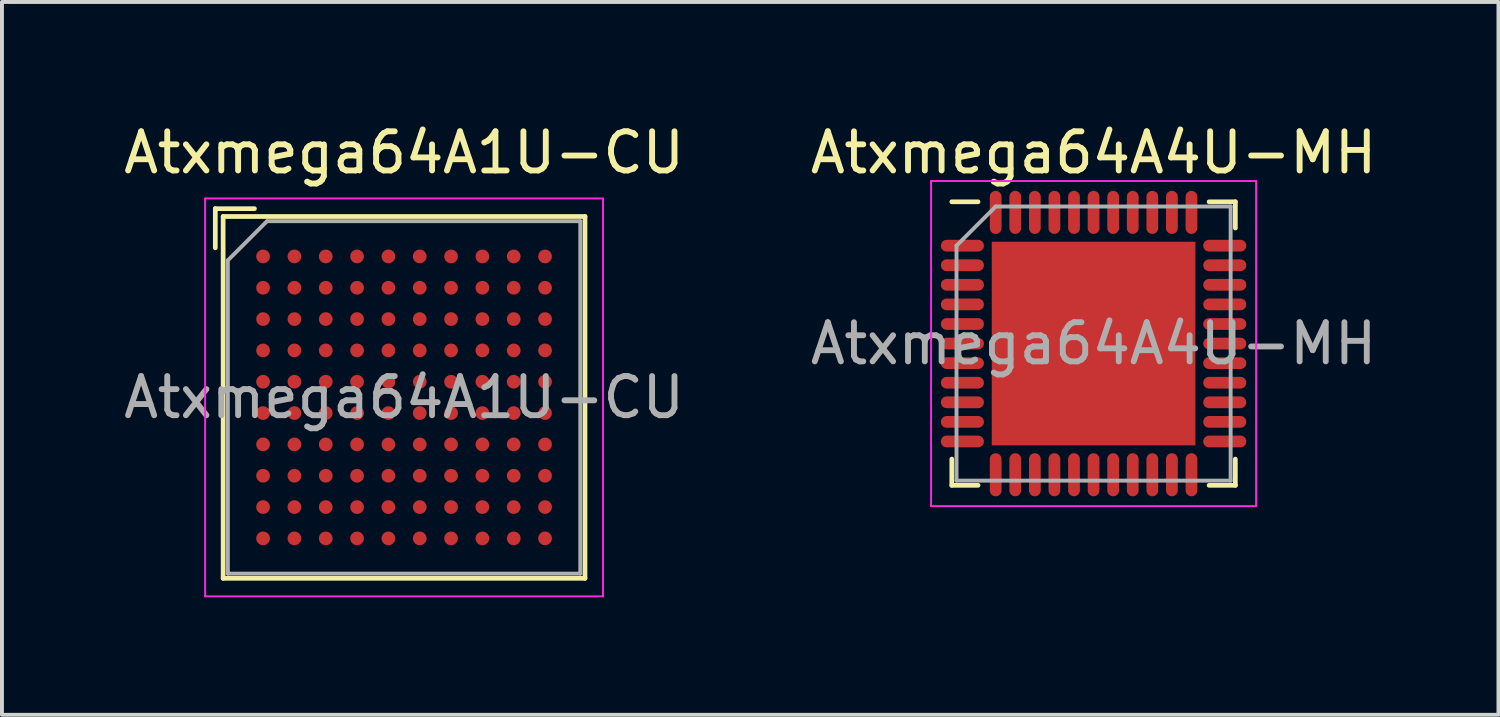
<source format=kicad_pcb>
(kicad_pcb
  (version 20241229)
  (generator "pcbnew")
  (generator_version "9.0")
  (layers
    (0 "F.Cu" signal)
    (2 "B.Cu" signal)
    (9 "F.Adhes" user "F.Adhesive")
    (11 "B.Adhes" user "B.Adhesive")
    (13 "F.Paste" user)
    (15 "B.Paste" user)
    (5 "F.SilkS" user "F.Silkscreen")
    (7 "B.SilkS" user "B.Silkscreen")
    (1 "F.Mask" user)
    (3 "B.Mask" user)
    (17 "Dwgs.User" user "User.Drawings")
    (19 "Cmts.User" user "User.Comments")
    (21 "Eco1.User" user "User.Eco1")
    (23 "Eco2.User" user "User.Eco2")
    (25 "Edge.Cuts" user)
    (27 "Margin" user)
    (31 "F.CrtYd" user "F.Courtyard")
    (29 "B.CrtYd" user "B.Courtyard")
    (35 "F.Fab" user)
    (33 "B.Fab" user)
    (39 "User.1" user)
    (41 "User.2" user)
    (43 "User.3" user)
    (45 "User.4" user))
  (footprint "Atxmega64A4U-MH"
    (layer "F.Cu")
    (at 24.875 5.723)
    (property "Reference" "Atxmega64A4U-MH" (at 0 -4.875 0) (layer "F.SilkS") (effects (font (size 1 1) (thickness 0.15))))
    (attr smd)
    (fp_line (start -3.62 -3.62) (end -2.95 -3.62) (stroke (width 0.12) (type solid)) (layer "F.SilkS"))
    (fp_line (start -3.62 3.62) (end -3.62 2.95) (stroke (width 0.12) (type solid)) (layer "F.SilkS"))
    (fp_line (start -3.62 3.62) (end -2.95 3.62) (stroke (width 0.12) (type solid)) (layer "F.SilkS"))
    (fp_line (start 3.62 -3.62) (end 2.95 -3.62) (stroke (width 0.12) (type solid)) (layer "F.SilkS"))
    (fp_line (start 3.62 -3.62) (end 3.62 -2.95) (stroke (width 0.12) (type solid)) (layer "F.SilkS"))
    (fp_line (start 3.62 3.62) (end 2.95 3.62) (stroke (width 0.12) (type solid)) (layer "F.SilkS"))
    (fp_line (start 3.62 3.62) (end 3.62 2.95) (stroke (width 0.12) (type solid)) (layer "F.SilkS"))
    (fp_line (start -4.15 -4.15) (end -4.15 4.15) (stroke (width 0.05) (type solid)) (layer "F.CrtYd"))
    (fp_line (start -4.15 -4.15) (end 4.15 -4.15) (stroke (width 0.05) (type solid)) (layer "F.CrtYd"))
    (fp_line (start -4.15 4.15) (end 4.15 4.15) (stroke (width 0.05) (type solid)) (layer "F.CrtYd"))
    (fp_line (start 4.15 -4.15) (end 4.15 4.15) (stroke (width 0.05) (type solid)) (layer "F.CrtYd"))
    (fp_line (start -3.5 -2.5) (end -2.5 -3.5) (stroke (width 0.1) (type solid)) (layer "F.Fab"))
    (fp_line (start -3.5 3.5) (end -3.5 -2.5) (stroke (width 0.1) (type solid)) (layer "F.Fab"))
    (fp_line (start -2.5 -3.5) (end 3.5 -3.5) (stroke (width 0.1) (type solid)) (layer "F.Fab"))
    (fp_line (start 3.5 -3.5) (end 3.5 3.5) (stroke (width 0.1) (type solid)) (layer "F.Fab"))
    (fp_line (start 3.5 3.5) (end -3.5 3.5) (stroke (width 0.1) (type solid)) (layer "F.Fab"))
    (fp_text user "${REFERENCE}" (at 0 0 0) (layer "F.Fab") (effects (font (size 1 1) (thickness 0.15))))
    (pad "" smd rect (at -2.06 -2.06) (size 0.83 0.83) (layers "F.Paste"))
    (pad "" smd rect (at -2.06 -1.03) (size 0.83 0.83) (layers "F.Paste"))
    (pad "" smd rect (at -2.06 0) (size 0.83 0.83) (layers "F.Paste"))
    (pad "" smd rect (at -2.06 1.03) (size 0.83 0.83) (layers "F.Paste"))
    (pad "" smd rect (at -2.06 2.06) (size 0.83 0.83) (layers "F.Paste"))
    (pad "" smd rect (at -1.03 -2.06) (size 0.83 0.83) (layers "F.Paste"))
    (pad "" smd rect (at -1.03 -1.03) (size 0.83 0.83) (layers "F.Paste"))
    (pad "" smd rect (at -1.03 0) (size 0.83 0.83) (layers "F.Paste"))
    (pad "" smd rect (at -1.03 1.03) (size 0.83 0.83) (layers "F.Paste"))
    (pad "" smd rect (at -1.03 2.06) (size 0.83 0.83) (layers "F.Paste"))
    (pad "" smd rect (at 0 -2.06) (size 0.83 0.83) (layers "F.Paste"))
    (pad "" smd rect (at 0 -1.03) (size 0.83 0.83) (layers "F.Paste"))
    (pad "" smd rect (at 0 0) (size 0.83 0.83) (layers "F.Paste"))
    (pad "" smd rect (at 0 1.03) (size 0.83 0.83) (layers "F.Paste"))
    (pad "" smd rect (at 0 2.06) (size 0.83 0.83) (layers "F.Paste"))
    (pad "" smd rect (at 1.03 -2.06) (size 0.83 0.83) (layers "F.Paste"))
    (pad "" smd rect (at 1.03 -1.03) (size 0.83 0.83) (layers "F.Paste"))
    (pad "" smd rect (at 1.03 0) (size 0.83 0.83) (layers "F.Paste"))
    (pad "" smd rect (at 1.03 1.03) (size 0.83 0.83) (layers "F.Paste"))
    (pad "" smd rect (at 1.03 2.06) (size 0.83 0.83) (layers "F.Paste"))
    (pad "" smd rect (at 2.06 -2.06) (size 0.83 0.83) (layers "F.Paste"))
    (pad "" smd rect (at 2.06 -1.03) (size 0.83 0.83) (layers "F.Paste"))
    (pad "" smd rect (at 2.06 0) (size 0.83 0.83) (layers "F.Paste"))
    (pad "" smd rect (at 2.06 1.03) (size 0.83 0.83) (layers "F.Paste"))
    (pad "" smd rect (at 2.06 2.06) (size 0.83 0.83) (layers "F.Paste"))
    (pad "1" smd oval (at -3.35 -2.5) (size 1.1 0.3) (layers "F.Cu" "F.Mask" "F.Paste"))
    (pad "2" smd oval (at -3.35 -2) (size 1.1 0.3) (layers "F.Cu" "F.Mask" "F.Paste"))
    (pad "3" smd oval (at -3.35 -1.5) (size 1.1 0.3) (layers "F.Cu" "F.Mask" "F.Paste"))
    (pad "4" smd oval (at -3.35 -1) (size 1.1 0.3) (layers "F.Cu" "F.Mask" "F.Paste"))
    (pad "5" smd oval (at -3.35 -0.5) (size 1.1 0.3) (layers "F.Cu" "F.Mask" "F.Paste"))
    (pad "6" smd oval (at -3.35 0) (size 1.1 0.3) (layers "F.Cu" "F.Mask" "F.Paste"))
    (pad "7" smd oval (at -3.35 0.5) (size 1.1 0.3) (layers "F.Cu" "F.Mask" "F.Paste"))
    (pad "8" smd oval (at -3.35 1) (size 1.1 0.3) (layers "F.Cu" "F.Mask" "F.Paste"))
    (pad "9" smd oval (at -3.35 1.5) (size 1.1 0.3) (layers "F.Cu" "F.Mask" "F.Paste"))
    (pad "10" smd oval (at -3.35 2) (size 1.1 0.3) (layers "F.Cu" "F.Mask" "F.Paste"))
    (pad "11" smd oval (at -3.35 2.5) (size 1.1 0.3) (layers "F.Cu" "F.Mask" "F.Paste"))
    (pad "12" smd oval (at -2.5 3.35 90) (size 1.1 0.3) (layers "F.Cu" "F.Mask" "F.Paste"))
    (pad "13" smd oval (at -2 3.35 90) (size 1.1 0.3) (layers "F.Cu" "F.Mask" "F.Paste"))
    (pad "14" smd oval (at -1.5 3.35 90) (size 1.1 0.3) (layers "F.Cu" "F.Mask" "F.Paste"))
    (pad "15" smd oval (at -1 3.35 90) (size 1.1 0.3) (layers "F.Cu" "F.Mask" "F.Paste"))
    (pad "16" smd oval (at -0.5 3.35 90) (size 1.1 0.3) (layers "F.Cu" "F.Mask" "F.Paste"))
    (pad "17" smd oval (at 0 3.35 90) (size 1.1 0.3) (layers "F.Cu" "F.Mask" "F.Paste"))
    (pad "18" smd oval (at 0.5 3.35 90) (size 1.1 0.3) (layers "F.Cu" "F.Mask" "F.Paste"))
    (pad "19" smd oval (at 1 3.35 90) (size 1.1 0.3) (layers "F.Cu" "F.Mask" "F.Paste"))
    (pad "20" smd oval (at 1.5 3.35 90) (size 1.1 0.3) (layers "F.Cu" "F.Mask" "F.Paste"))
    (pad "21" smd oval (at 2 3.35 90) (size 1.1 0.3) (layers "F.Cu" "F.Mask" "F.Paste"))
    (pad "22" smd oval (at 2.5 3.35 90) (size 1.1 0.3) (layers "F.Cu" "F.Mask" "F.Paste"))
    (pad "23" smd oval (at 3.35 2.5) (size 1.1 0.3) (layers "F.Cu" "F.Mask" "F.Paste"))
    (pad "24" smd oval (at 3.35 2) (size 1.1 0.3) (layers "F.Cu" "F.Mask" "F.Paste"))
    (pad "25" smd oval (at 3.35 1.5) (size 1.1 0.3) (layers "F.Cu" "F.Mask" "F.Paste"))
    (pad "26" smd oval (at 3.35 1) (size 1.1 0.3) (layers "F.Cu" "F.Mask" "F.Paste"))
    (pad "27" smd oval (at 3.35 0.5) (size 1.1 0.3) (layers "F.Cu" "F.Mask" "F.Paste"))
    (pad "28" smd oval (at 3.35 0) (size 1.1 0.3) (layers "F.Cu" "F.Mask" "F.Paste"))
    (pad "29" smd oval (at 3.35 -0.5) (size 1.1 0.3) (layers "F.Cu" "F.Mask" "F.Paste"))
    (pad "30" smd oval (at 3.35 -1) (size 1.1 0.3) (layers "F.Cu" "F.Mask" "F.Paste"))
    (pad "31" smd oval (at 3.35 -1.5) (size 1.1 0.3) (layers "F.Cu" "F.Mask" "F.Paste"))
    (pad "32" smd oval (at 3.35 -2) (size 1.1 0.3) (layers "F.Cu" "F.Mask" "F.Paste"))
    (pad "33" smd oval (at 3.35 -2.5) (size 1.1 0.3) (layers "F.Cu" "F.Mask" "F.Paste"))
    (pad "34" smd oval (at 2.5 -3.35 90) (size 1.1 0.3) (layers "F.Cu" "F.Mask" "F.Paste"))
    (pad "35" smd oval (at 2 -3.35 90) (size 1.1 0.3) (layers "F.Cu" "F.Mask" "F.Paste"))
    (pad "36" smd oval (at 1.5 -3.35 90) (size 1.1 0.3) (layers "F.Cu" "F.Mask" "F.Paste"))
    (pad "37" smd oval (at 1 -3.35 90) (size 1.1 0.3) (layers "F.Cu" "F.Mask" "F.Paste"))
    (pad "38" smd oval (at 0.5 -3.35 90) (size 1.1 0.3) (layers "F.Cu" "F.Mask" "F.Paste"))
    (pad "39" smd oval (at 0 -3.35 90) (size 1.1 0.3) (layers "F.Cu" "F.Mask" "F.Paste"))
    (pad "40" smd oval (at -0.5 -3.35 90) (size 1.1 0.3) (layers "F.Cu" "F.Mask" "F.Paste"))
    (pad "41" smd oval (at -1 -3.35 90) (size 1.1 0.3) (layers "F.Cu" "F.Mask" "F.Paste"))
    (pad "42" smd oval (at -1.5 -3.35 90) (size 1.1 0.3) (layers "F.Cu" "F.Mask" "F.Paste"))
    (pad "43" smd oval (at -2 -3.35 90) (size 1.1 0.3) (layers "F.Cu" "F.Mask" "F.Paste"))
    (pad "44" smd oval (at -2.5 -3.35 90) (size 1.1 0.3) (layers "F.Cu" "F.Mask" "F.Paste"))
    (pad "45" smd rect (at 0 0) (size 5.2 5.2) (layers "F.Cu" "F.Mask")))
  (footprint "Atxmega64A1U-CU"
    (layer "F.Cu")
    (at 7.268 7.098)
    (property "Reference" "Atxmega64A1U-CU" (at 0 -6.25 0) (layer "F.SilkS") (effects (font (size 1 1) (thickness 0.15))))
    (attr smd)
    (fp_line (start -4.82 -4.82) (end -3.82 -4.82) (stroke (width 0.12) (type solid)) (layer "F.SilkS"))
    (fp_line (start -4.82 -3.82) (end -4.82 -4.82) (stroke (width 0.12) (type solid)) (layer "F.SilkS"))
    (fp_line (start -4.62 -4.62) (end -4.62 4.62) (stroke (width 0.12) (type solid)) (layer "F.SilkS"))
    (fp_line (start -4.62 4.62) (end 4.62 4.62) (stroke (width 0.12) (type solid)) (layer "F.SilkS"))
    (fp_line (start 4.62 -4.62) (end -4.62 -4.62) (stroke (width 0.12) (type solid)) (layer "F.SilkS"))
    (fp_line (start 4.62 4.62) (end 4.62 -4.62) (stroke (width 0.12) (type solid)) (layer "F.SilkS"))
    (fp_line (start -5.08 -5.08) (end -5.08 5.08) (stroke (width 0.05) (type solid)) (layer "F.CrtYd"))
    (fp_line (start -5.08 -5.08) (end 5.08 -5.08) (stroke (width 0.05) (type solid)) (layer "F.CrtYd"))
    (fp_line (start 5.08 5.08) (end -5.08 5.08) (stroke (width 0.05) (type solid)) (layer "F.CrtYd"))
    (fp_line (start 5.08 5.08) (end 5.08 -5.08) (stroke (width 0.05) (type solid)) (layer "F.CrtYd"))
    (fp_line (start -4.5 -3.5) (end -4.5 4.5) (stroke (width 0.1) (type solid)) (layer "F.Fab"))
    (fp_line (start -4.5 4.5) (end 4.5 4.5) (stroke (width 0.1) (type solid)) (layer "F.Fab"))
    (fp_line (start -3.5 -4.5) (end -4.5 -3.5) (stroke (width 0.1) (type solid)) (layer "F.Fab"))
    (fp_line (start 4.5 -4.5) (end -3.5 -4.5) (stroke (width 0.1) (type solid)) (layer "F.Fab"))
    (fp_line (start 4.5 4.5) (end 4.5 -4.5) (stroke (width 0.1) (type solid)) (layer "F.Fab"))
    (fp_text user "${REFERENCE}" (at 0 0 0) (layer "F.Fab") (effects (font (size 1 1) (thickness 0.15))))
    (pad "A1" smd circle (at -3.6 -3.6) (size 0.35 0.35) (layers "F.Cu" "F.Mask" "F.Paste"))
    (pad "A2" smd circle (at -2.8 -3.6) (size 0.35 0.35) (layers "F.Cu" "F.Mask" "F.Paste"))
    (pad "A3" smd circle (at -2 -3.6) (size 0.35 0.35) (layers "F.Cu" "F.Mask" "F.Paste"))
    (pad "A4" smd circle (at -1.2 -3.6) (size 0.35 0.35) (layers "F.Cu" "F.Mask" "F.Paste"))
    (pad "A5" smd circle (at -0.4 -3.6) (size 0.35 0.35) (layers "F.Cu" "F.Mask" "F.Paste"))
    (pad "A6" smd circle (at 0.4 -3.6) (size 0.35 0.35) (layers "F.Cu" "F.Mask" "F.Paste"))
    (pad "A7" smd circle (at 1.2 -3.6) (size 0.35 0.35) (layers "F.Cu" "F.Mask" "F.Paste"))
    (pad "A8" smd circle (at 2 -3.6) (size 0.35 0.35) (layers "F.Cu" "F.Mask" "F.Paste"))
    (pad "A9" smd circle (at 2.8 -3.6) (size 0.35 0.35) (layers "F.Cu" "F.Mask" "F.Paste"))
    (pad "A10" smd circle (at 3.6 -3.6) (size 0.35 0.35) (layers "F.Cu" "F.Mask" "F.Paste"))
    (pad "B1" smd circle (at -3.6 -2.8) (size 0.35 0.35) (layers "F.Cu" "F.Mask" "F.Paste"))
    (pad "B2" smd circle (at -2.8 -2.8) (size 0.35 0.35) (layers "F.Cu" "F.Mask" "F.Paste"))
    (pad "B3" smd circle (at -2 -2.8) (size 0.35 0.35) (layers "F.Cu" "F.Mask" "F.Paste"))
    (pad "B4" smd circle (at -1.2 -2.8) (size 0.35 0.35) (layers "F.Cu" "F.Mask" "F.Paste"))
    (pad "B5" smd circle (at -0.4 -2.8) (size 0.35 0.35) (layers "F.Cu" "F.Mask" "F.Paste"))
    (pad "B6" smd circle (at 0.4 -2.8) (size 0.35 0.35) (layers "F.Cu" "F.Mask" "F.Paste"))
    (pad "B7" smd circle (at 1.2 -2.8) (size 0.35 0.35) (layers "F.Cu" "F.Mask" "F.Paste"))
    (pad "B8" smd circle (at 2 -2.8) (size 0.35 0.35) (layers "F.Cu" "F.Mask" "F.Paste"))
    (pad "B9" smd circle (at 2.8 -2.8) (size 0.35 0.35) (layers "F.Cu" "F.Mask" "F.Paste"))
    (pad "B10" smd circle (at 3.6 -2.8) (size 0.35 0.35) (layers "F.Cu" "F.Mask" "F.Paste"))
    (pad "C1" smd circle (at -3.6 -2) (size 0.35 0.35) (layers "F.Cu" "F.Mask" "F.Paste"))
    (pad "C2" smd circle (at -2.8 -2) (size 0.35 0.35) (layers "F.Cu" "F.Mask" "F.Paste"))
    (pad "C3" smd circle (at -2 -2) (size 0.35 0.35) (layers "F.Cu" "F.Mask" "F.Paste"))
    (pad "C4" smd circle (at -1.2 -2) (size 0.35 0.35) (layers "F.Cu" "F.Mask" "F.Paste"))
    (pad "C5" smd circle (at -0.4 -2) (size 0.35 0.35) (layers "F.Cu" "F.Mask" "F.Paste"))
    (pad "C6" smd circle (at 0.4 -2) (size 0.35 0.35) (layers "F.Cu" "F.Mask" "F.Paste"))
    (pad "C7" smd circle (at 1.2 -2) (size 0.35 0.35) (layers "F.Cu" "F.Mask" "F.Paste"))
    (pad "C8" smd circle (at 2 -2) (size 0.35 0.35) (layers "F.Cu" "F.Mask" "F.Paste"))
    (pad "C9" smd circle (at 2.8 -2) (size 0.35 0.35) (layers "F.Cu" "F.Mask" "F.Paste"))
    (pad "C10" smd circle (at 3.6 -2) (size 0.35 0.35) (layers "F.Cu" "F.Mask" "F.Paste"))
    (pad "D1" smd circle (at -3.6 -1.2) (size 0.35 0.35) (layers "F.Cu" "F.Mask" "F.Paste"))
    (pad "D2" smd circle (at -2.8 -1.2) (size 0.35 0.35) (layers "F.Cu" "F.Mask" "F.Paste"))
    (pad "D3" smd circle (at -2 -1.2) (size 0.35 0.35) (layers "F.Cu" "F.Mask" "F.Paste"))
    (pad "D4" smd circle (at -1.2 -1.2) (size 0.35 0.35) (layers "F.Cu" "F.Mask" "F.Paste"))
    (pad "D5" smd circle (at -0.4 -1.2) (size 0.35 0.35) (layers "F.Cu" "F.Mask" "F.Paste"))
    (pad "D6" smd circle (at 0.4 -1.2) (size 0.35 0.35) (layers "F.Cu" "F.Mask" "F.Paste"))
    (pad "D7" smd circle (at 1.2 -1.2) (size 0.35 0.35) (layers "F.Cu" "F.Mask" "F.Paste"))
    (pad "D8" smd circle (at 2 -1.2) (size 0.35 0.35) (layers "F.Cu" "F.Mask" "F.Paste"))
    (pad "D9" smd circle (at 2.8 -1.2) (size 0.35 0.35) (layers "F.Cu" "F.Mask" "F.Paste"))
    (pad "D10" smd circle (at 3.6 -1.2) (size 0.35 0.35) (layers "F.Cu" "F.Mask" "F.Paste"))
    (pad "E1" smd circle (at -3.6 -0.4) (size 0.35 0.35) (layers "F.Cu" "F.Mask" "F.Paste"))
    (pad "E2" smd circle (at -2.8 -0.4) (size 0.35 0.35) (layers "F.Cu" "F.Mask" "F.Paste"))
    (pad "E3" smd circle (at -2 -0.4) (size 0.35 0.35) (layers "F.Cu" "F.Mask" "F.Paste"))
    (pad "E4" smd circle (at -1.2 -0.4) (size 0.35 0.35) (layers "F.Cu" "F.Mask" "F.Paste"))
    (pad "E5" smd circle (at -0.4 -0.4) (size 0.35 0.35) (layers "F.Cu" "F.Mask" "F.Paste"))
    (pad "E6" smd circle (at 0.4 -0.4) (size 0.35 0.35) (layers "F.Cu" "F.Mask" "F.Paste"))
    (pad "E7" smd circle (at 1.2 -0.4) (size 0.35 0.35) (layers "F.Cu" "F.Mask" "F.Paste"))
    (pad "E8" smd circle (at 2 -0.4) (size 0.35 0.35) (layers "F.Cu" "F.Mask" "F.Paste"))
    (pad "E9" smd circle (at 2.8 -0.4) (size 0.35 0.35) (layers "F.Cu" "F.Mask" "F.Paste"))
    (pad "E10" smd circle (at 3.6 -0.4) (size 0.35 0.35) (layers "F.Cu" "F.Mask" "F.Paste"))
    (pad "F1" smd circle (at -3.6 0.4) (size 0.35 0.35) (layers "F.Cu" "F.Mask" "F.Paste"))
    (pad "F2" smd circle (at -2.8 0.4) (size 0.35 0.35) (layers "F.Cu" "F.Mask" "F.Paste"))
    (pad "F3" smd circle (at -2 0.4) (size 0.35 0.35) (layers "F.Cu" "F.Mask" "F.Paste"))
    (pad "F4" smd circle (at -1.2 0.4) (size 0.35 0.35) (layers "F.Cu" "F.Mask" "F.Paste"))
    (pad "F5" smd circle (at -0.4 0.4) (size 0.35 0.35) (layers "F.Cu" "F.Mask" "F.Paste"))
    (pad "F6" smd circle (at 0.4 0.4) (size 0.35 0.35) (layers "F.Cu" "F.Mask" "F.Paste"))
    (pad "F7" smd circle (at 1.2 0.4) (size 0.35 0.35) (layers "F.Cu" "F.Mask" "F.Paste"))
    (pad "F8" smd circle (at 2 0.4) (size 0.35 0.35) (layers "F.Cu" "F.Mask" "F.Paste"))
    (pad "F9" smd circle (at 2.8 0.4) (size 0.35 0.35) (layers "F.Cu" "F.Mask" "F.Paste"))
    (pad "F10" smd circle (at 3.6 0.4) (size 0.35 0.35) (layers "F.Cu" "F.Mask" "F.Paste"))
    (pad "G1" smd circle (at -3.6 1.2) (size 0.35 0.35) (layers "F.Cu" "F.Mask" "F.Paste"))
    (pad "G2" smd circle (at -2.8 1.2) (size 0.35 0.35) (layers "F.Cu" "F.Mask" "F.Paste"))
    (pad "G3" smd circle (at -2 1.2) (size 0.35 0.35) (layers "F.Cu" "F.Mask" "F.Paste"))
    (pad "G4" smd circle (at -1.2 1.2) (size 0.35 0.35) (layers "F.Cu" "F.Mask" "F.Paste"))
    (pad "G5" smd circle (at -0.4 1.2) (size 0.35 0.35) (layers "F.Cu" "F.Mask" "F.Paste"))
    (pad "G6" smd circle (at 0.4 1.2) (size 0.35 0.35) (layers "F.Cu" "F.Mask" "F.Paste"))
    (pad "G7" smd circle (at 1.2 1.2) (size 0.35 0.35) (layers "F.Cu" "F.Mask" "F.Paste"))
    (pad "G8" smd circle (at 2 1.2) (size 0.35 0.35) (layers "F.Cu" "F.Mask" "F.Paste"))
    (pad "G9" smd circle (at 2.8 1.2) (size 0.35 0.35) (layers "F.Cu" "F.Mask" "F.Paste"))
    (pad "G10" smd circle (at 3.6 1.2) (size 0.35 0.35) (layers "F.Cu" "F.Mask" "F.Paste"))
    (pad "H1" smd circle (at -3.6 2) (size 0.35 0.35) (layers "F.Cu" "F.Mask" "F.Paste"))
    (pad "H2" smd circle (at -2.8 2) (size 0.35 0.35) (layers "F.Cu" "F.Mask" "F.Paste"))
    (pad "H3" smd circle (at -2 2) (size 0.35 0.35) (layers "F.Cu" "F.Mask" "F.Paste"))
    (pad "H4" smd circle (at -1.2 2) (size 0.35 0.35) (layers "F.Cu" "F.Mask" "F.Paste"))
    (pad "H5" smd circle (at -0.4 2) (size 0.35 0.35) (layers "F.Cu" "F.Mask" "F.Paste"))
    (pad "H6" smd circle (at 0.4 2) (size 0.35 0.35) (layers "F.Cu" "F.Mask" "F.Paste"))
    (pad "H7" smd circle (at 1.2 2) (size 0.35 0.35) (layers "F.Cu" "F.Mask" "F.Paste"))
    (pad "H8" smd circle (at 2 2) (size 0.35 0.35) (layers "F.Cu" "F.Mask" "F.Paste"))
    (pad "H9" smd circle (at 2.8 2) (size 0.35 0.35) (layers "F.Cu" "F.Mask" "F.Paste"))
    (pad "H10" smd circle (at 3.6 2) (size 0.35 0.35) (layers "F.Cu" "F.Mask" "F.Paste"))
    (pad "J1" smd circle (at -3.6 2.8) (size 0.35 0.35) (layers "F.Cu" "F.Mask" "F.Paste"))
    (pad "J2" smd circle (at -2.8 2.8) (size 0.35 0.35) (layers "F.Cu" "F.Mask" "F.Paste"))
    (pad "J3" smd circle (at -2 2.8) (size 0.35 0.35) (layers "F.Cu" "F.Mask" "F.Paste"))
    (pad "J4" smd circle (at -1.2 2.8) (size 0.35 0.35) (layers "F.Cu" "F.Mask" "F.Paste"))
    (pad "J5" smd circle (at -0.4 2.8) (size 0.35 0.35) (layers "F.Cu" "F.Mask" "F.Paste"))
    (pad "J6" smd circle (at 0.4 2.8) (size 0.35 0.35) (layers "F.Cu" "F.Mask" "F.Paste"))
    (pad "J7" smd circle (at 1.2 2.8) (size 0.35 0.35) (layers "F.Cu" "F.Mask" "F.Paste"))
    (pad "J8" smd circle (at 2 2.8) (size 0.35 0.35) (layers "F.Cu" "F.Mask" "F.Paste"))
    (pad "J9" smd circle (at 2.8 2.8) (size 0.35 0.35) (layers "F.Cu" "F.Mask" "F.Paste"))
    (pad "J10" smd circle (at 3.6 2.8) (size 0.35 0.35) (layers "F.Cu" "F.Mask" "F.Paste"))
    (pad "K1" smd circle (at -3.6 3.6) (size 0.35 0.35) (layers "F.Cu" "F.Mask" "F.Paste"))
    (pad "K2" smd circle (at -2.8 3.6) (size 0.35 0.35) (layers "F.Cu" "F.Mask" "F.Paste"))
    (pad "K3" smd circle (at -2 3.6) (size 0.35 0.35) (layers "F.Cu" "F.Mask" "F.Paste"))
    (pad "K4" smd circle (at -1.2 3.6) (size 0.35 0.35) (layers "F.Cu" "F.Mask" "F.Paste"))
    (pad "K5" smd circle (at -0.4 3.6) (size 0.35 0.35) (layers "F.Cu" "F.Mask" "F.Paste"))
    (pad "K6" smd circle (at 0.4 3.6) (size 0.35 0.35) (layers "F.Cu" "F.Mask" "F.Paste"))
    (pad "K7" smd circle (at 1.2 3.6) (size 0.35 0.35) (layers "F.Cu" "F.Mask" "F.Paste"))
    (pad "K8" smd circle (at 2 3.6) (size 0.35 0.35) (layers "F.Cu" "F.Mask" "F.Paste"))
    (pad "K9" smd circle (at 2.8 3.6) (size 0.35 0.35) (layers "F.Cu" "F.Mask" "F.Paste"))
    (pad "K10" smd circle (at 3.6 3.6) (size 0.35 0.35) (layers "F.Cu" "F.Mask" "F.Paste")))
  (gr_rect
    (start -3 -3)
    (end 35.214 15.203)
    (stroke (width 0.1) (type default))
    (fill no)
    (layer "Edge.Cuts")))
</source>
